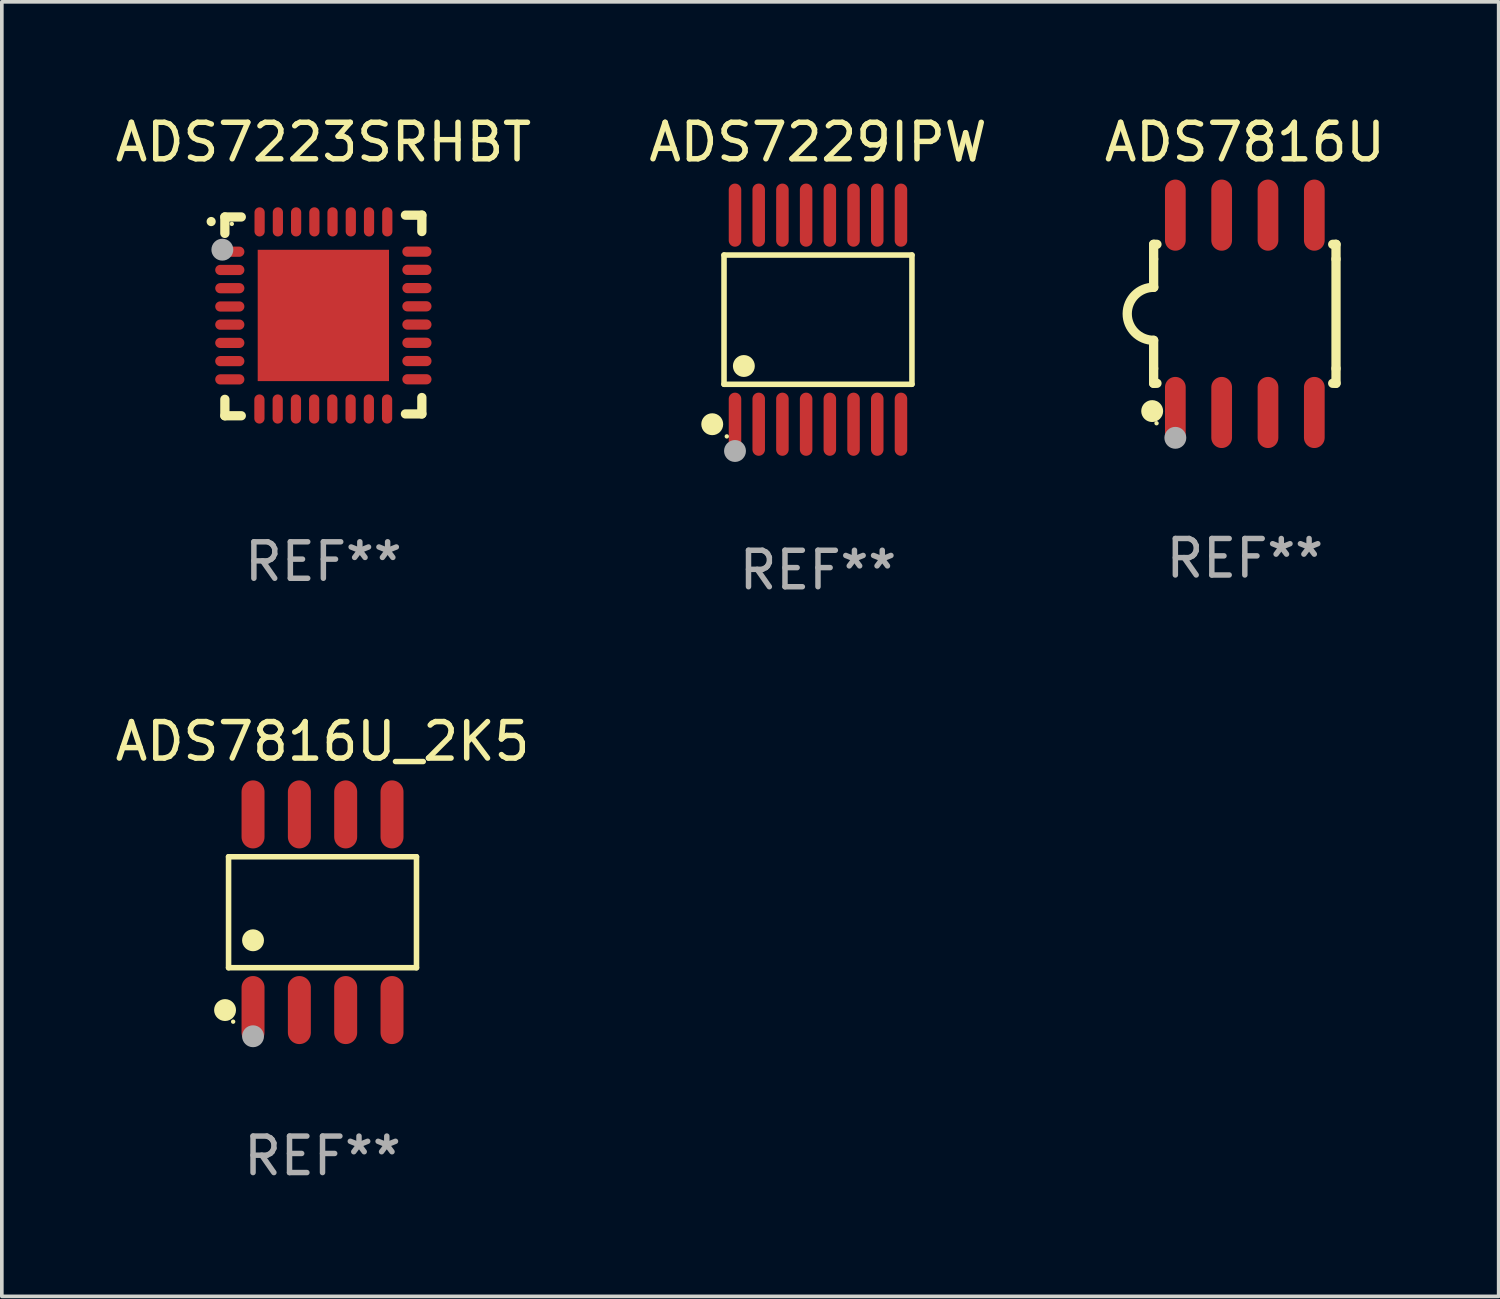
<source format=kicad_pcb>
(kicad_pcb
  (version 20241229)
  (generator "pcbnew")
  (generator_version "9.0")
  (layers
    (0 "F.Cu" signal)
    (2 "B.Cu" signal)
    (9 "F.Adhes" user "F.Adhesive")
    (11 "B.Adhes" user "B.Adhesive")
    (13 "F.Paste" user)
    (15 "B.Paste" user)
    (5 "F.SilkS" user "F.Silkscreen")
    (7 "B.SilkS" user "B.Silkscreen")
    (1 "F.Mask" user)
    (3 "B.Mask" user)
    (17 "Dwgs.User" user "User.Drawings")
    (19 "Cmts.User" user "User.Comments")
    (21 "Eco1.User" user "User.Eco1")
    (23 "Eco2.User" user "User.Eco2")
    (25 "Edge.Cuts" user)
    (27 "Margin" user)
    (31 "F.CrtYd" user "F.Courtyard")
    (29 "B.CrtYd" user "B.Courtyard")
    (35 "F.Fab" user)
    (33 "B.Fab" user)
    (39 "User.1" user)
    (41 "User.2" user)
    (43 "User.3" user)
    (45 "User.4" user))
  (footprint "ADS7816U_2K5"
    (layer "F.Cu")
    (at 5.792 21.959)
    (property "Reference" "ADS7816U_2K5" (at 0 -4.682 0) (layer "F.SilkS") (effects (font (size 1 1) (thickness 0.15))))
    (attr through_hole)
    (fp_line (start -2.576 -1.521) (end 2.576 -1.521) (stroke (width 0.152) (type solid)) (layer "F.SilkS"))
    (fp_line (start -2.576 1.521) (end -2.576 -1.521) (stroke (width 0.152) (type solid)) (layer "F.SilkS"))
    (fp_line (start 2.576 -1.521) (end 2.576 1.521) (stroke (width 0.152) (type solid)) (layer "F.SilkS"))
    (fp_line (start 2.576 1.521) (end -2.576 1.521) (stroke (width 0.152) (type solid)) (layer "F.SilkS"))
    (fp_circle (center -2.672 2.682) (end -2.522 2.682) (stroke (width 0.3) (type solid)) (fill no) (layer "F.SilkS"))
    (fp_circle (center -2.45 3) (end -2.42 3) (stroke (width 0.06) (type solid)) (fill no) (layer "F.SilkS"))
    (fp_circle (center -1.905 0.769) (end -1.755 0.769) (stroke (width 0.3) (type solid)) (fill no) (layer "F.SilkS"))
    (fp_circle (center -1.905 3.4) (end -1.755 3.4) (stroke (width 0.3) (type solid)) (fill no) (layer "F.Fab"))
    (fp_text user "REF**" (at 0 6.682 0) (layer "F.Fab") (effects (font (size 1 1) (thickness 0.15))))
    (pad "1" smd oval (at -1.905 2.682) (size 0.63 1.865) (layers "F.Cu" "F.Mask" "F.Paste"))
    (pad "2" smd oval (at -0.635 2.682) (size 0.63 1.865) (layers "F.Cu" "F.Mask" "F.Paste"))
    (pad "3" smd oval (at 0.635 2.682) (size 0.63 1.865) (layers "F.Cu" "F.Mask" "F.Paste"))
    (pad "4" smd oval (at 1.905 2.682) (size 0.63 1.865) (layers "F.Cu" "F.Mask" "F.Paste"))
    (pad "5" smd oval (at 1.905 -2.682) (size 0.63 1.865) (layers "F.Cu" "F.Mask" "F.Paste"))
    (pad "6" smd oval (at 0.635 -2.682) (size 0.63 1.865) (layers "F.Cu" "F.Mask" "F.Paste"))
    (pad "7" smd oval (at -0.635 -2.682) (size 0.63 1.865) (layers "F.Cu" "F.Mask" "F.Paste"))
    (pad "8" smd oval (at -1.905 -2.682) (size 0.63 1.865) (layers "F.Cu" "F.Mask" "F.Paste")))
  (footprint "ADS7816U"
    (layer "F.Cu")
    (at 31.077 5.553)
    (property "Reference" "ADS7816U" (at 0 -4.705 0) (layer "F.SilkS") (effects (font (size 1 1) (thickness 0.15))))
    (attr through_hole)
    (fp_line (start -2.5 -1.905) (end -2.409 -1.905) (stroke (width 0.254) (type solid)) (layer "F.SilkS"))
    (fp_line (start -2.5 -1.5) (end -2.5 -1.905) (stroke (width 0.254) (type solid)) (layer "F.SilkS"))
    (fp_line (start -2.5 -1.5) (end -2.5 -0.726) (stroke (width 0.254) (type solid)) (layer "F.SilkS"))
    (fp_line (start -2.5 1.5) (end -2.5 0.727) (stroke (width 0.254) (type solid)) (layer "F.SilkS"))
    (fp_line (start -2.5 1.5) (end -2.5 1.905) (stroke (width 0.254) (type solid)) (layer "F.SilkS"))
    (fp_line (start -2.5 1.905) (end -2.409 1.905) (stroke (width 0.254) (type solid)) (layer "F.SilkS"))
    (fp_line (start 2.5 -1.905) (end 2.409 -1.905) (stroke (width 0.254) (type solid)) (layer "F.SilkS"))
    (fp_line (start 2.5 -1.5) (end 2.5 -1.905) (stroke (width 0.254) (type solid)) (layer "F.SilkS"))
    (fp_line (start 2.5 -1.5) (end 2.5 1.5) (stroke (width 0.254) (type solid)) (layer "F.SilkS"))
    (fp_line (start 2.5 1.5) (end 2.5 1.905) (stroke (width 0.254) (type solid)) (layer "F.SilkS"))
    (fp_line (start 2.5 1.905) (end 2.409 1.905) (stroke (width 0.254) (type solid)) (layer "F.SilkS"))
    (fp_arc (start -2.5 0.726568) (mid -3.220316 -0.0023) (end -2.495097 -0.726289) (stroke (width 0.254001) (type solid)) (layer "F.SilkS"))
    (fp_circle (center -2.54 2.667) (end -2.39 2.667) (stroke (width 0.3) (type solid)) (fill no) (layer "F.SilkS"))
    (fp_circle (center -2.42 3) (end -2.39 3) (stroke (width 0.06) (type solid)) (fill no) (layer "F.SilkS"))
    (fp_circle (center -1.905 3.4) (end -1.755 3.4) (stroke (width 0.3) (type solid)) (fill no) (layer "F.Fab"))
    (fp_text user "REF**" (at 0 6.705 0) (layer "F.Fab") (effects (font (size 1 1) (thickness 0.15))))
    (pad "1" smd oval (at -1.905 2.705) (size 0.568 1.95) (layers "F.Cu" "F.Mask" "F.Paste"))
    (pad "2" smd oval (at -0.635 2.705) (size 0.568 1.95) (layers "F.Cu" "F.Mask" "F.Paste"))
    (pad "3" smd oval (at 0.635 2.705) (size 0.568 1.95) (layers "F.Cu" "F.Mask" "F.Paste"))
    (pad "4" smd oval (at 1.905 2.705) (size 0.568 1.95) (layers "F.Cu" "F.Mask" "F.Paste"))
    (pad "5" smd oval (at 1.905 -2.705) (size 0.568 1.95) (layers "F.Cu" "F.Mask" "F.Paste"))
    (pad "6" smd oval (at 0.635 -2.705) (size 0.568 1.95) (layers "F.Cu" "F.Mask" "F.Paste"))
    (pad "7" smd oval (at -0.635 -2.705) (size 0.568 1.95) (layers "F.Cu" "F.Mask" "F.Paste"))
    (pad "8" smd oval (at -1.905 -2.705) (size 0.568 1.95) (layers "F.Cu" "F.Mask" "F.Paste")))
  (footprint "ADS7223SRHBT"
    (layer "F.Cu")
    (at 5.815 5.598)
    (property "Reference" "ADS7223SRHBT" (at 0 -4.75 0) (layer "F.SilkS") (effects (font (size 1 1) (thickness 0.15))))
    (attr through_hole)
    (fp_line (start -2.7 -2.7) (end -2.25 -2.7) (stroke (width 0.254) (type solid)) (layer "F.SilkS"))
    (fp_line (start -2.7 -2.25) (end -2.7 -2.7) (stroke (width 0.254) (type solid)) (layer "F.SilkS"))
    (fp_line (start -2.7 2.3) (end -2.7 2.75) (stroke (width 0.254) (type solid)) (layer "F.SilkS"))
    (fp_line (start -2.7 2.75) (end -2.25 2.75) (stroke (width 0.254) (type solid)) (layer "F.SilkS"))
    (fp_line (start 2.25 2.7) (end 2.7 2.7) (stroke (width 0.254) (type solid)) (layer "F.SilkS"))
    (fp_line (start 2.7 -2.75) (end 2.25 -2.75) (stroke (width 0.254) (type solid)) (layer "F.SilkS"))
    (fp_line (start 2.7 -2.3) (end 2.7 -2.75) (stroke (width 0.254) (type solid)) (layer "F.SilkS"))
    (fp_line (start 2.7 2.7) (end 2.7 2.25) (stroke (width 0.254) (type solid)) (layer "F.SilkS"))
    (fp_arc (start -3.075946 -2.573025) (mid -3.075952 -2.574295) (end -3.075946 -2.575565) (stroke (width 0.25) (type solid)) (layer "F.SilkS"))
    (fp_circle (center -2.51 -2.51) (end -2.48 -2.51) (stroke (width 0.06) (type solid)) (fill no) (layer "F.SilkS"))
    (fp_circle (center -2.769 -1.803) (end -2.619 -1.803) (stroke (width 0.3) (type solid)) (fill no) (layer "F.Fab"))
    (fp_text user "REF**" (at 0 6.75 0) (layer "F.Fab") (effects (font (size 1 1) (thickness 0.15))))
    (pad "1" smd oval (at -2.565 -1.747 270) (size 0.28 0.8) (layers "F.Cu" "F.Mask" "F.Paste"))
    (pad "2" smd oval (at -2.565 -1.247 270) (size 0.28 0.8) (layers "F.Cu" "F.Mask" "F.Paste"))
    (pad "3" smd oval (at -2.565 -0.747 270) (size 0.28 0.8) (layers "F.Cu" "F.Mask" "F.Paste"))
    (pad "4" smd oval (at -2.565 -0.246 270) (size 0.28 0.8) (layers "F.Cu" "F.Mask" "F.Paste"))
    (pad "5" smd oval (at -2.565 0.252 270) (size 0.28 0.8) (layers "F.Cu" "F.Mask" "F.Paste"))
    (pad "6" smd oval (at -2.565 0.752 270) (size 0.28 0.8) (layers "F.Cu" "F.Mask" "F.Paste"))
    (pad "7" smd oval (at -2.565 1.252 270) (size 0.28 0.8) (layers "F.Cu" "F.Mask" "F.Paste"))
    (pad "8" smd oval (at -2.565 1.753 270) (size 0.28 0.8) (layers "F.Cu" "F.Mask" "F.Paste"))
    (pad "9" smd oval (at -1.753 2.565 270) (size 0.8 0.28) (layers "F.Cu" "F.Mask" "F.Paste"))
    (pad "10" smd oval (at -1.252 2.565 270) (size 0.8 0.28) (layers "F.Cu" "F.Mask" "F.Paste"))
    (pad "11" smd oval (at -0.752 2.565 270) (size 0.8 0.28) (layers "F.Cu" "F.Mask" "F.Paste"))
    (pad "12" smd oval (at -0.252 2.565 270) (size 0.8 0.28) (layers "F.Cu" "F.Mask" "F.Paste"))
    (pad "13" smd oval (at 0.246 2.565 270) (size 0.8 0.28) (layers "F.Cu" "F.Mask" "F.Paste"))
    (pad "14" smd oval (at 0.747 2.565 270) (size 0.8 0.28) (layers "F.Cu" "F.Mask" "F.Paste"))
    (pad "15" smd oval (at 1.247 2.565 270) (size 0.8 0.28) (layers "F.Cu" "F.Mask" "F.Paste"))
    (pad "16" smd oval (at 1.747 2.565 270) (size 0.8 0.28) (layers "F.Cu" "F.Mask" "F.Paste"))
    (pad "17" smd oval (at 2.565 1.75 270) (size 0.28 0.8) (layers "F.Cu" "F.Mask" "F.Paste"))
    (pad "18" smd oval (at 2.565 1.25 270) (size 0.28 0.8) (layers "F.Cu" "F.Mask" "F.Paste"))
    (pad "19" smd oval (at 2.565 0.75 270) (size 0.28 0.8) (layers "F.Cu" "F.Mask" "F.Paste"))
    (pad "20" smd oval (at 2.565 0.25 270) (size 0.28 0.8) (layers "F.Cu" "F.Mask" "F.Paste"))
    (pad "21" smd oval (at 2.565 -0.25 270) (size 0.28 0.8) (layers "F.Cu" "F.Mask" "F.Paste"))
    (pad "22" smd oval (at 2.565 -0.75 270) (size 0.28 0.8) (layers "F.Cu" "F.Mask" "F.Paste"))
    (pad "23" smd oval (at 2.565 -1.25 270) (size 0.28 0.8) (layers "F.Cu" "F.Mask" "F.Paste"))
    (pad "24" smd oval (at 2.565 -1.75 270) (size 0.28 0.8) (layers "F.Cu" "F.Mask" "F.Paste"))
    (pad "25" smd oval (at 1.753 -2.565 270) (size 0.8 0.28) (layers "F.Cu" "F.Mask" "F.Paste"))
    (pad "26" smd oval (at 1.252 -2.565 270) (size 0.8 0.28) (layers "F.Cu" "F.Mask" "F.Paste"))
    (pad "27" smd oval (at 0.752 -2.565 270) (size 0.8 0.28) (layers "F.Cu" "F.Mask" "F.Paste"))
    (pad "28" smd oval (at 0.251 -2.565 270) (size 0.8 0.28) (layers "F.Cu" "F.Mask" "F.Paste"))
    (pad "29" smd oval (at -0.246 -2.565 270) (size 0.8 0.28) (layers "F.Cu" "F.Mask" "F.Paste"))
    (pad "30" smd oval (at -0.747 -2.565 270) (size 0.8 0.28) (layers "F.Cu" "F.Mask" "F.Paste"))
    (pad "31" smd oval (at -1.247 -2.565 270) (size 0.8 0.28) (layers "F.Cu" "F.Mask" "F.Paste"))
    (pad "32" smd oval (at -1.748 -2.565 270) (size 0.8 0.28) (layers "F.Cu" "F.Mask" "F.Paste"))
    (pad "33" smd rect (at -0.000076 0.000076 270) (size 3.6 3.6) (layers "F.Cu" "F.Mask" "F.Paste")))
  (footprint "ADS7229IPW"
    (layer "F.Cu")
    (at 19.375 5.714)
    (property "Reference" "ADS7229IPW" (at 0 -4.866 0) (layer "F.SilkS") (effects (font (size 1 1) (thickness 0.15))))
    (attr through_hole)
    (fp_line (start -2.576 -1.772) (end 2.576 -1.772) (stroke (width 0.152) (type solid)) (layer "F.SilkS"))
    (fp_line (start -2.576 1.771) (end -2.576 -1.772) (stroke (width 0.152) (type solid)) (layer "F.SilkS"))
    (fp_line (start 2.576 -1.772) (end 2.576 1.771) (stroke (width 0.152) (type solid)) (layer "F.SilkS"))
    (fp_line (start 2.576 1.771) (end -2.576 1.771) (stroke (width 0.152) (type solid)) (layer "F.SilkS"))
    (fp_circle (center -2.899 2.866) (end -2.749 2.866) (stroke (width 0.3) (type solid)) (fill no) (layer "F.SilkS"))
    (fp_circle (center -2.5 3.2) (end -2.47 3.2) (stroke (width 0.06) (type solid)) (fill no) (layer "F.SilkS"))
    (fp_circle (center -2.032 1.27) (end -1.882 1.27) (stroke (width 0.3) (type solid)) (fill no) (layer "F.SilkS"))
    (fp_circle (center -2.275 3.6) (end -2.125 3.6) (stroke (width 0.3) (type solid)) (fill no) (layer "F.Fab"))
    (fp_text user "REF**" (at 0 6.866 0) (layer "F.Fab") (effects (font (size 1 1) (thickness 0.15))))
    (pad "1" smd oval (at -2.275 2.866) (size 0.343 1.731) (layers "F.Cu" "F.Mask" "F.Paste"))
    (pad "2" smd oval (at -1.625 2.866) (size 0.343 1.731) (layers "F.Cu" "F.Mask" "F.Paste"))
    (pad "3" smd oval (at -0.975 2.866) (size 0.343 1.731) (layers "F.Cu" "F.Mask" "F.Paste"))
    (pad "4" smd oval (at -0.325 2.866) (size 0.343 1.731) (layers "F.Cu" "F.Mask" "F.Paste"))
    (pad "5" smd oval (at 0.325 2.866) (size 0.343 1.731) (layers "F.Cu" "F.Mask" "F.Paste"))
    (pad "6" smd oval (at 0.975 2.866) (size 0.343 1.731) (layers "F.Cu" "F.Mask" "F.Paste"))
    (pad "7" smd oval (at 1.625 2.866) (size 0.343 1.731) (layers "F.Cu" "F.Mask" "F.Paste"))
    (pad "8" smd oval (at 2.275 2.866) (size 0.343 1.731) (layers "F.Cu" "F.Mask" "F.Paste"))
    (pad "9" smd oval (at 2.275 -2.866) (size 0.343 1.731) (layers "F.Cu" "F.Mask" "F.Paste"))
    (pad "10" smd oval (at 1.625 -2.866) (size 0.343 1.731) (layers "F.Cu" "F.Mask" "F.Paste"))
    (pad "11" smd oval (at 0.975 -2.866) (size 0.343 1.731) (layers "F.Cu" "F.Mask" "F.Paste"))
    (pad "12" smd oval (at 0.325 -2.866) (size 0.343 1.731) (layers "F.Cu" "F.Mask" "F.Paste"))
    (pad "13" smd oval (at -0.325 -2.866) (size 0.343 1.731) (layers "F.Cu" "F.Mask" "F.Paste"))
    (pad "14" smd oval (at -0.975 -2.866) (size 0.343 1.731) (layers "F.Cu" "F.Mask" "F.Paste"))
    (pad "15" smd oval (at -1.625 -2.866) (size 0.343 1.731) (layers "F.Cu" "F.Mask" "F.Paste"))
    (pad "16" smd oval (at -2.275 -2.866) (size 0.343 1.731) (layers "F.Cu" "F.Mask" "F.Paste")))
  (gr_rect
    (start -3 -3)
    (end 38.036 32.49)
    (stroke (width 0.1) (type default))
    (fill no)
    (layer "Edge.Cuts")))
</source>
